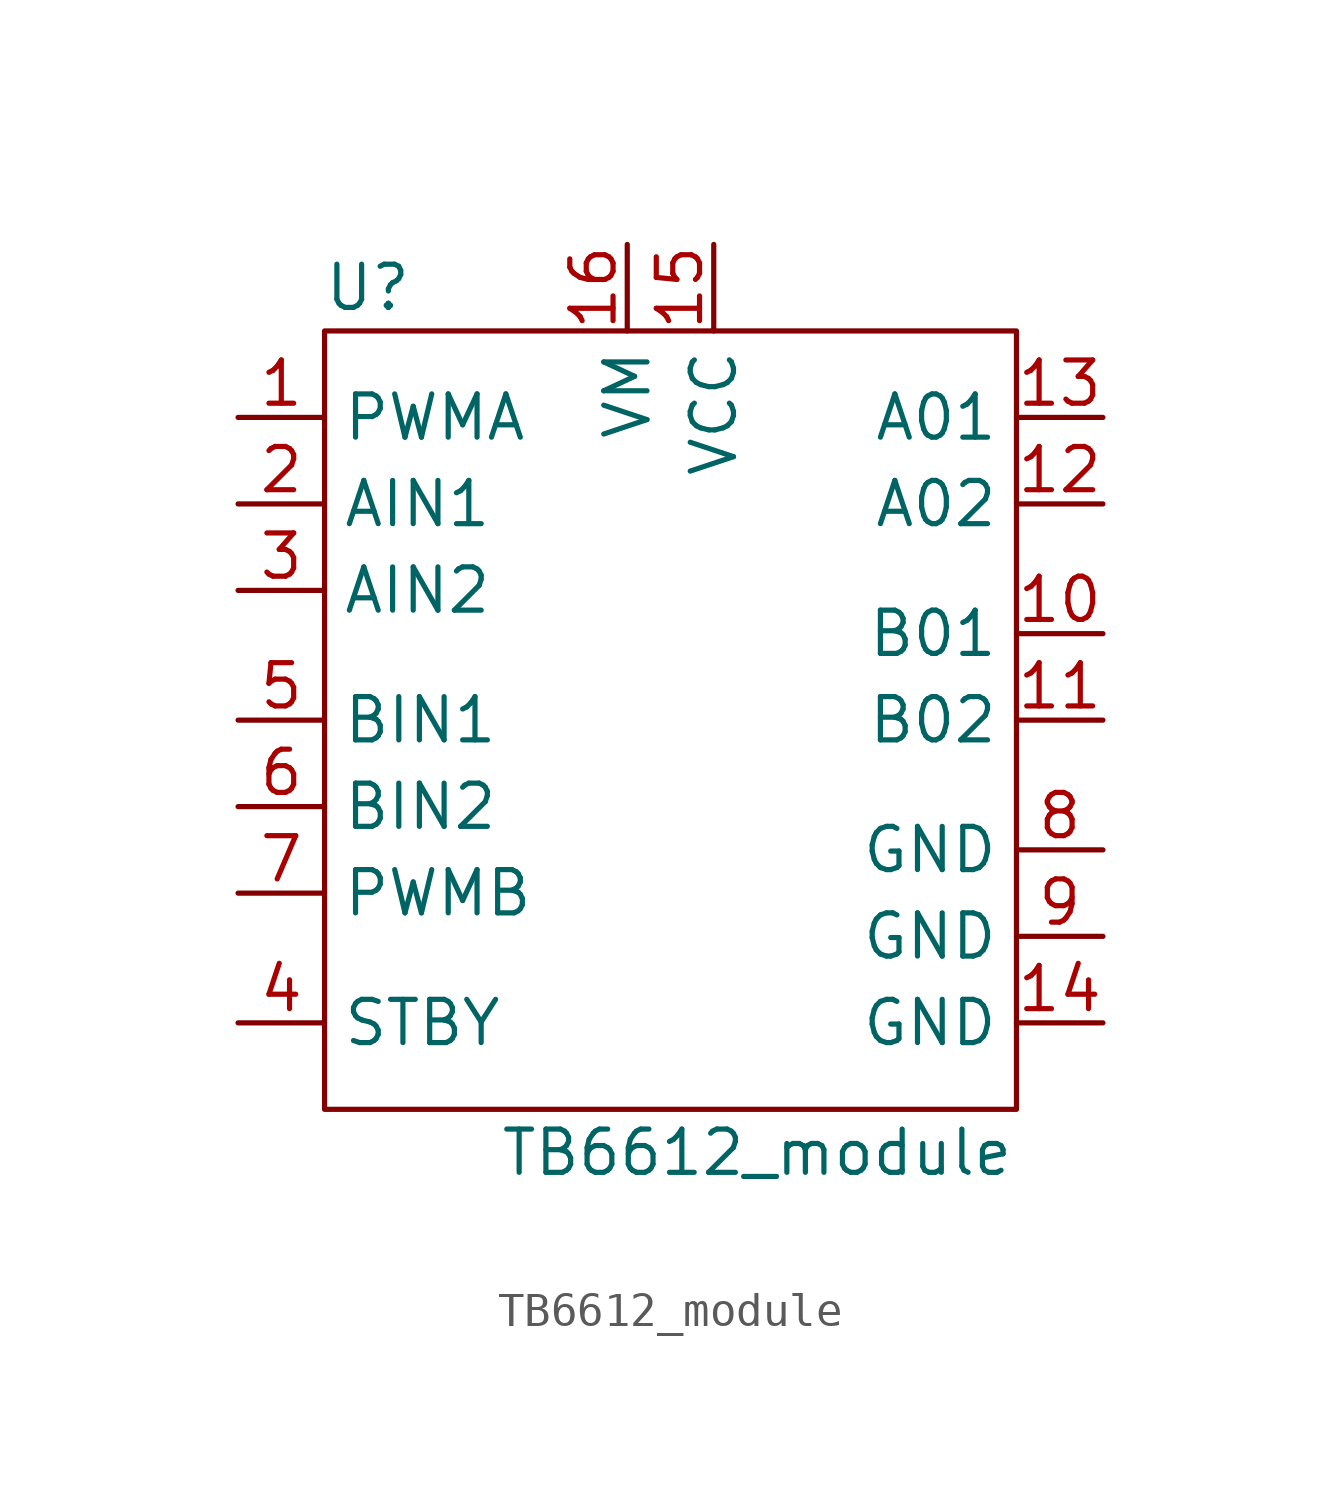
<source format=kicad_sym>
(kicad_symbol_lib
  (version 20211014)
  (generator kicad_symbol_editor)
  (symbol "TB6612_module"
    (property "Reference" "U"
      (at -8.89 12.7 0)
      (effects (font (size 1.27 1.27))))
    (property "Value" "TB6612_module"
      (at 2.54 -12.7 0)
      (effects (font (size 1.27 1.27))))
    (symbol "TB6612_module_0_1"
      (rectangle (start -10.16 11.43) (end 10.16 -11.43) (stroke (width 0) (type default) (color 0 0 0 0)) (fill (type none))))
    (symbol "TB6612_module_1_1"
      (pin input line (at -12.7 8.89 0) (length 2.54) (name "PWMA" (effects (font (size 1.27 1.27)))) (number "1" (effects (font (size 1.27 1.27)))))
      (pin input line (at 12.7 2.54 180) (length 2.54) (name "B01" (effects (font (size 1.27 1.27)))) (number "10" (effects (font (size 1.27 1.27)))))
      (pin input line (at 12.7 0 180) (length 2.54) (name "B02" (effects (font (size 1.27 1.27)))) (number "11" (effects (font (size 1.27 1.27)))))
      (pin input line (at 12.7 6.35 180) (length 2.54) (name "A02" (effects (font (size 1.27 1.27)))) (number "12" (effects (font (size 1.27 1.27)))))
      (pin input line (at 12.7 8.89 180) (length 2.54) (name "A01" (effects (font (size 1.27 1.27)))) (number "13" (effects (font (size 1.27 1.27)))))
      (pin input line (at 12.7 -8.89 180) (length 2.54) (name "GND" (effects (font (size 1.27 1.27)))) (number "14" (effects (font (size 1.27 1.27)))))
      (pin input line (at 1.27 13.97 270) (length 2.54) (name "VCC" (effects (font (size 1.27 1.27)))) (number "15" (effects (font (size 1.27 1.27)))))
      (pin input line (at -1.27 13.97 270) (length 2.54) (name "VM" (effects (font (size 1.27 1.27)))) (number "16" (effects (font (size 1.27 1.27)))))
      (pin input line (at -12.7 6.35 0) (length 2.54) (name "AIN1" (effects (font (size 1.27 1.27)))) (number "2" (effects (font (size 1.27 1.27)))))
      (pin input line (at -12.7 3.81 0) (length 2.54) (name "AIN2" (effects (font (size 1.27 1.27)))) (number "3" (effects (font (size 1.27 1.27)))))
      (pin input line (at -12.7 -8.89 0) (length 2.54) (name "STBY" (effects (font (size 1.27 1.27)))) (number "4" (effects (font (size 1.27 1.27)))))
      (pin input line (at -12.7 0 0) (length 2.54) (name "BIN1" (effects (font (size 1.27 1.27)))) (number "5" (effects (font (size 1.27 1.27)))))
      (pin input line (at -12.7 -2.54 0) (length 2.54) (name "BIN2" (effects (font (size 1.27 1.27)))) (number "6" (effects (font (size 1.27 1.27)))))
      (pin input line (at -12.7 -5.08 0) (length 2.54) (name "PWMB" (effects (font (size 1.27 1.27)))) (number "7" (effects (font (size 1.27 1.27)))))
      (pin input line (at 12.7 -3.81 180) (length 2.54) (name "GND" (effects (font (size 1.27 1.27)))) (number "8" (effects (font (size 1.27 1.27)))))
      (pin input line (at 12.7 -6.35 180) (length 2.54) (name "GND" (effects (font (size 1.27 1.27)))) (number "9" (effects (font (size 1.27 1.27))))))))
</source>
